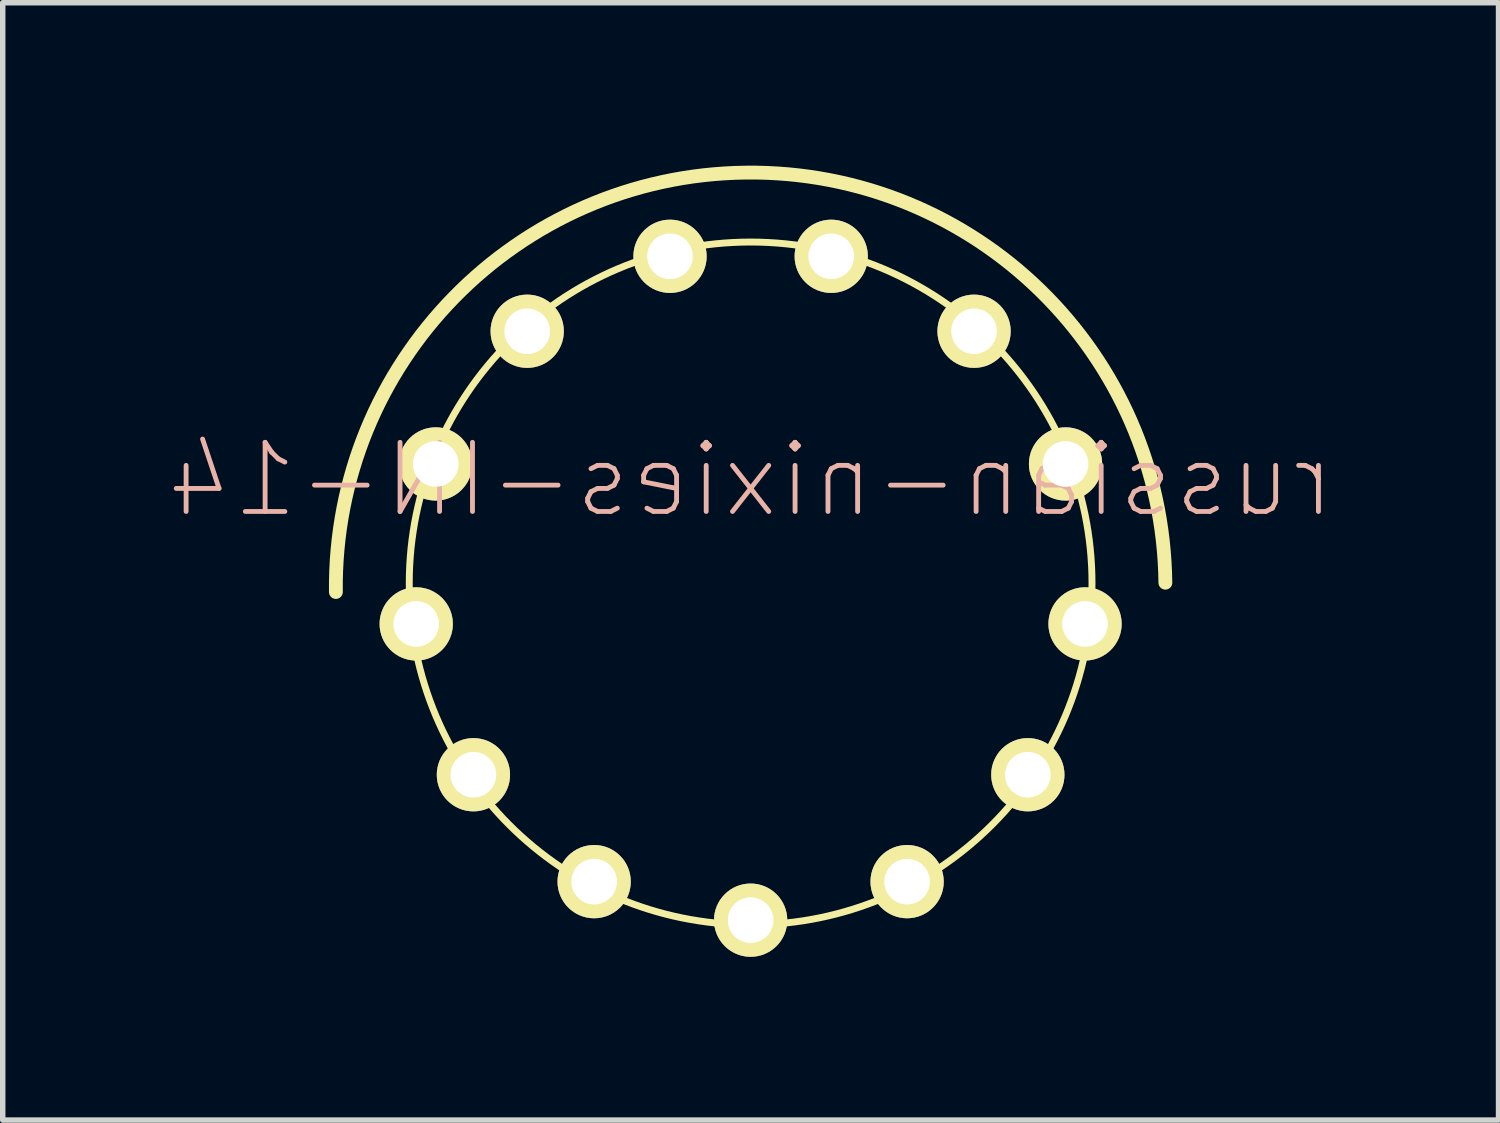
<source format=kicad_pcb>
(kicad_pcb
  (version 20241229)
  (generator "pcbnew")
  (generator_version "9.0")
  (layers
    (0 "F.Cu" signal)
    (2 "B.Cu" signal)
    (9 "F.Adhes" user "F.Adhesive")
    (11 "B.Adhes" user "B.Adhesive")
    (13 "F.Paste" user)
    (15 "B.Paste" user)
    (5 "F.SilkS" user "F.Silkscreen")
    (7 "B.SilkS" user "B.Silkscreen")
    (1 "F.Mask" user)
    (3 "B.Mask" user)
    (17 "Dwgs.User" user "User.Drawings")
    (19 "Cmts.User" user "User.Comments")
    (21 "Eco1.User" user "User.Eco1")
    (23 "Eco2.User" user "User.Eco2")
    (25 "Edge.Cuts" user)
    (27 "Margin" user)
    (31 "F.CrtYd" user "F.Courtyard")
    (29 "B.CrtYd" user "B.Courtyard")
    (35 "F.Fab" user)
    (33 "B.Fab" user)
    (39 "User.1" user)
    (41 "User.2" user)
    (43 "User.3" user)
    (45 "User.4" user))
  (footprint "russian-nixies-IN-14"
    (layer "F.Cu")
    (at 10.741 7.669)
    (property "Reference" "russian-nixies-IN-14" (at 0 -1.905 0) (layer "B.SilkS") (effects (font (size 1.27 1.27) (thickness 0.089)) (justify mirror)))
    (attr exclude_from_pos_files exclude_from_bom)
    (fp_arc (start -7.62 0.15748) (mid -0.08539 -7.541188) (end 7.619851 -0.013299) (stroke (width 0.254) (type solid)) (layer "F.SilkS"))
    (fp_circle (center 0 0) (end -4.435 4.435) (stroke (width 0.127) (type solid)) (fill no) (layer "F.SilkS"))
    (pad "0" thru_hole circle (at 5.093 3.515) (size 1.346 1.346) (drill 0.838) (layers "*.Cu" "F.Mask" "F.SilkS" "F.Paste"))
    (pad "1" thru_hole circle (at -5.093 3.515) (size 1.346 1.346) (drill 0.838) (layers "*.Cu" "F.Mask" "F.SilkS" "F.Paste"))
    (pad "2" thru_hole circle (at -6.144 0.744) (size 1.346 1.346) (drill 0.838) (layers "*.Cu" "F.Mask" "F.SilkS" "F.Paste"))
    (pad "3" thru_hole circle (at -5.786 -2.195) (size 1.346 1.346) (drill 0.838) (layers "*.Cu" "F.Mask" "F.SilkS" "F.Paste"))
    (pad "4" thru_hole circle (at -4.105 -4.633) (size 1.346 1.346) (drill 0.838) (layers "*.Cu" "F.Mask" "F.SilkS" "F.Paste"))
    (pad "5" thru_hole circle (at -1.481 -6.01) (size 1.346 1.346) (drill 0.838) (layers "*.Cu" "F.Mask" "F.SilkS" "F.Paste"))
    (pad "6" thru_hole circle (at 1.481 -6.01) (size 1.346 1.346) (drill 0.838) (layers "*.Cu" "F.Mask" "F.SilkS" "F.Paste"))
    (pad "7" thru_hole circle (at 4.105 -4.633) (size 1.346 1.346) (drill 0.838) (layers "*.Cu" "F.Mask" "F.SilkS" "F.Paste"))
    (pad "8" thru_hole circle (at 5.786 -2.195) (size 1.346 1.346) (drill 0.838) (layers "*.Cu" "F.Mask" "F.SilkS" "F.Paste"))
    (pad "9" thru_hole circle (at 6.144 0.744) (size 1.346 1.346) (drill 0.838) (layers "*.Cu" "F.Mask" "F.SilkS" "F.Paste"))
    (pad "A" thru_hole circle (at 0 6.187) (size 1.346 1.346) (drill 0.838) (layers "*.Cu" "F.Mask" "F.SilkS" "F.Paste"))
    (pad "LHDP" thru_hole circle (at 2.875 5.479) (size 1.346 1.346) (drill 0.838) (layers "*.Cu" "F.Mask" "F.SilkS" "F.Paste"))
    (pad "RHDP" thru_hole circle (at -2.875 5.479) (size 1.346 1.346) (drill 0.838) (layers "*.Cu" "F.Mask" "F.SilkS" "F.Paste")))
  (gr_rect
    (start -3 -3)
    (end 24.482 17.529)
    (stroke (width 0.1) (type default))
    (fill no)
    (layer "Edge.Cuts")))
</source>
